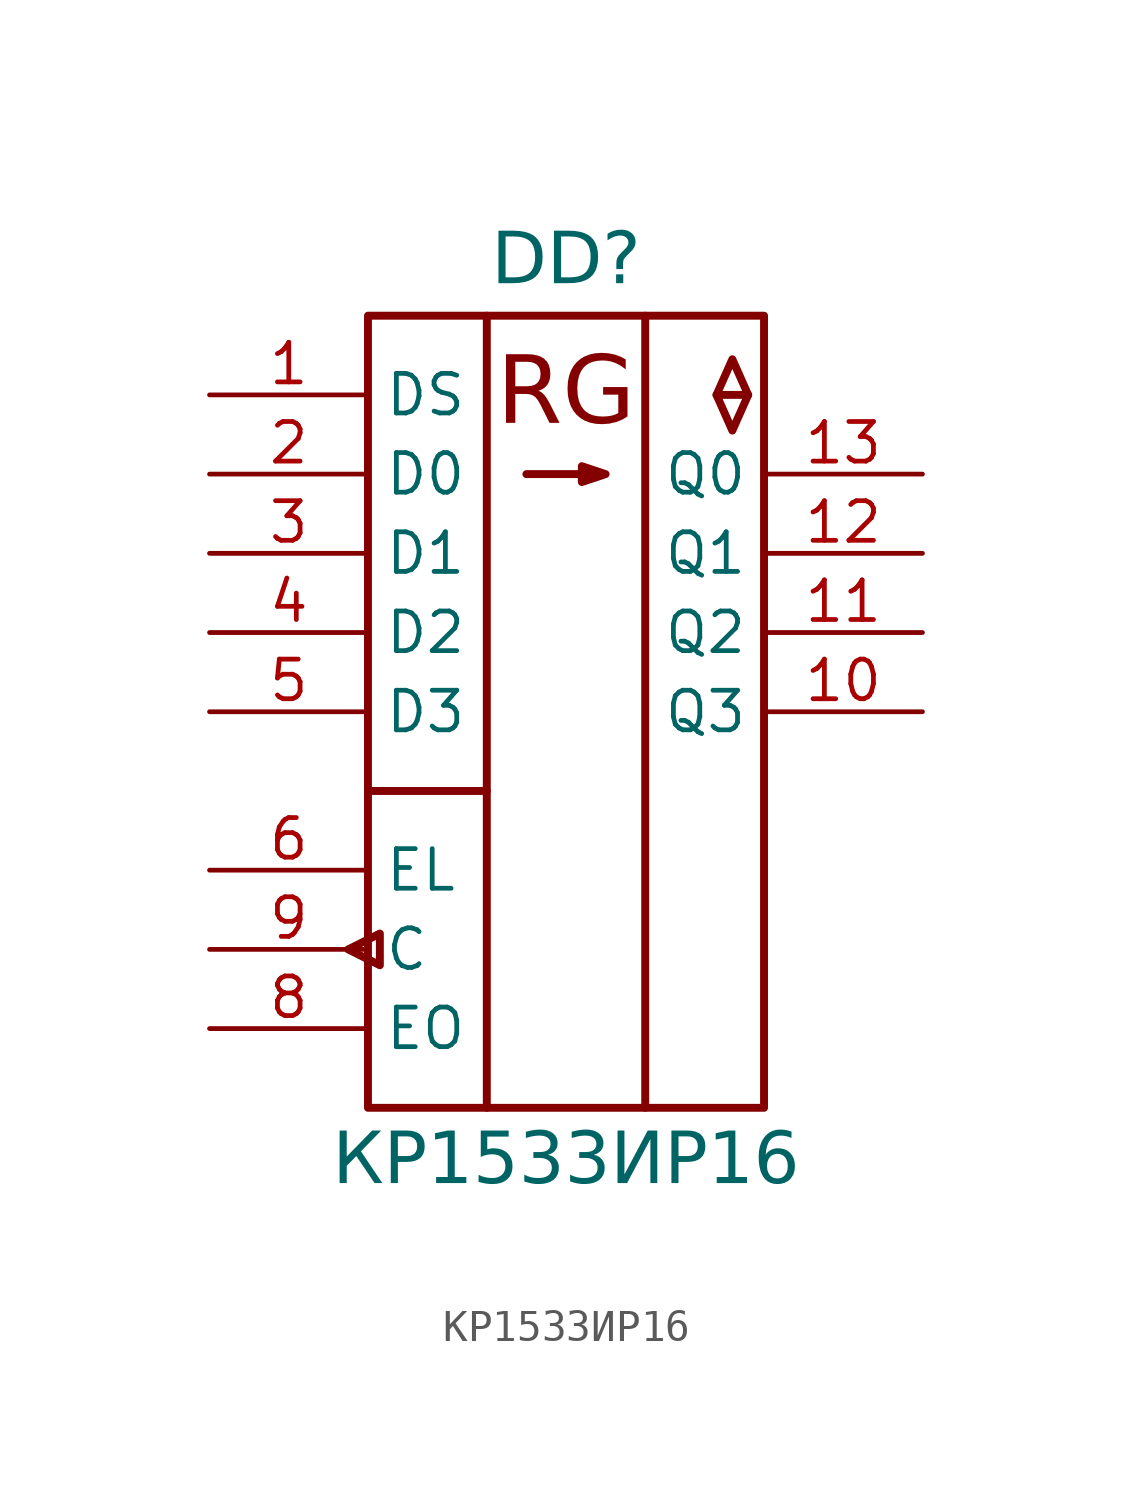
<source format=kicad_sym>
(kicad_symbol_lib
  (version 20241209)
  (generator "kicad_symbol_editor")
  (generator_version "9.0")
  (symbol "КР1533ИР16"
    (property "Reference" "DD"
      (at 11.43 3.302 0)
      (do_not_autoplace)
      (effects (font (face "Input Sans Condensed") (size 1.651 1.651)) (justify bottom)))
    (property "Value" "КР1533ИР16"
      (at 11.43 -23.622 0)
      (do_not_autoplace)
      (effects (font (face "Input Sans Condensed") (size 1.651 1.651)) (justify top)))
    (symbol "КР1533ИР16_0_0"
      (rectangle (start 5.08 2.54) (end 17.78 -22.86) (stroke (width 0.254) (type solid)) (fill (type none)))
      (polyline (pts (xy 5.08 -12.7) (xy 8.89 -12.7)) (stroke (width 0.254) (type solid)) (fill (type none)))
      (polyline (pts (xy 8.89 2.54) (xy 8.89 -22.86)) (stroke (width 0.254) (type solid)) (fill (type none)))
      (polyline (pts (xy 10.16 -2.54) (xy 12.7 -2.54) (xy 11.938 -2.286) (xy 11.938 -2.794) (xy 12.7 -2.54)) (stroke (width 0.254) (type solid)) (fill (type none)))
      (polyline (pts (xy 13.97 2.54) (xy 13.97 -22.86)) (stroke (width 0.254) (type solid)) (fill (type none)))
      (polyline (pts (xy 16.256 0) (xy 17.272 0)) (stroke (width 0.254) (type solid)) (fill (type none)))
      (polyline (pts (xy 16.764 1.143) (xy 16.256 0) (xy 16.764 -1.143) (xy 17.272 0) (xy 16.764 1.143)) (stroke (width 0.254) (type solid)) (fill (type none)))
      (pin input line (at 0 0 0) (length 5.08) (name "DS" (effects (font (size 1.27 1.27)))) (number "1" (effects (font (size 1.27 1.27)))))
      (pin input line (at 0 -2.54 0) (length 5.08) (name "D0" (effects (font (size 1.27 1.27)))) (number "2" (effects (font (size 1.27 1.27)))))
      (pin input line (at 0 -5.08 0) (length 5.08) (name "D1" (effects (font (size 1.27 1.27)))) (number "3" (effects (font (size 1.27 1.27)))))
      (pin input line (at 0 -7.62 0) (length 5.08) (name "D2" (effects (font (size 1.27 1.27)))) (number "4" (effects (font (size 1.27 1.27)))))
      (pin input line (at 0 -10.16 0) (length 5.08) (name "D3" (effects (font (size 1.27 1.27)))) (number "5" (effects (font (size 1.27 1.27)))))
      (pin input line (at 0 -15.24 0) (length 5.08) (name "EL" (effects (font (size 1.27 1.27)))) (number "6" (effects (font (size 1.27 1.27)))))
      (pin input line (at 0 -17.78 0) (length 5.08) (name "C" (effects (font (size 1.27 1.27)))) (number "9" (effects (font (size 1.27 1.27)))))
      (pin input line (at 0 -20.32 0) (length 5.08) (name "EO" (effects (font (size 1.27 1.27)))) (number "8" (effects (font (size 1.27 1.27))))))
    (symbol "КР1533ИР16_0_1"
      (polyline (pts (xy 4.445 -17.78) (xy 5.461 -17.272) (xy 5.461 -18.288) (xy 4.445 -17.78)) (stroke (width 0.254) (type default)) (fill (type color) (color 255 255 255 1))))
    (symbol "КР1533ИР16_1_0"
      (pin power_in line (at 19.05 -17.78 180) (length 1.27) (hide yes) (name "VCC" (effects (font (size 0.635 0.635)))) (number "14" (effects (font (size 0.635 0.635)))))
      (pin power_in line (at 19.05 -20.32 180) (length 1.27) (hide yes) (name "GND" (effects (font (size 0.635 0.635)))) (number "7" (effects (font (size 0.635 0.635)))))
      (pin tri_state line (at 22.86 -2.54 180) (length 5.08) (name "Q0" (effects (font (size 1.27 1.27)))) (number "13" (effects (font (size 1.27 1.27)))))
      (pin tri_state line (at 22.86 -5.08 180) (length 5.08) (name "Q1" (effects (font (size 1.27 1.27)))) (number "12" (effects (font (size 1.27 1.27)))))
      (pin tri_state line (at 22.86 -7.62 180) (length 5.08) (name "Q2" (effects (font (size 1.27 1.27)))) (number "11" (effects (font (size 1.27 1.27)))))
      (pin tri_state line (at 22.86 -10.16 180) (length 5.08) (name "Q3" (effects (font (size 1.27 1.27)))) (number "10" (effects (font (size 1.27 1.27))))))
    (symbol "КР1533ИР16_1_1"
      (text "RG" (at 11.43 0 0) (effects (font (face "Input Sans Condensed") (size 2.159 2.159)))))))
</source>
